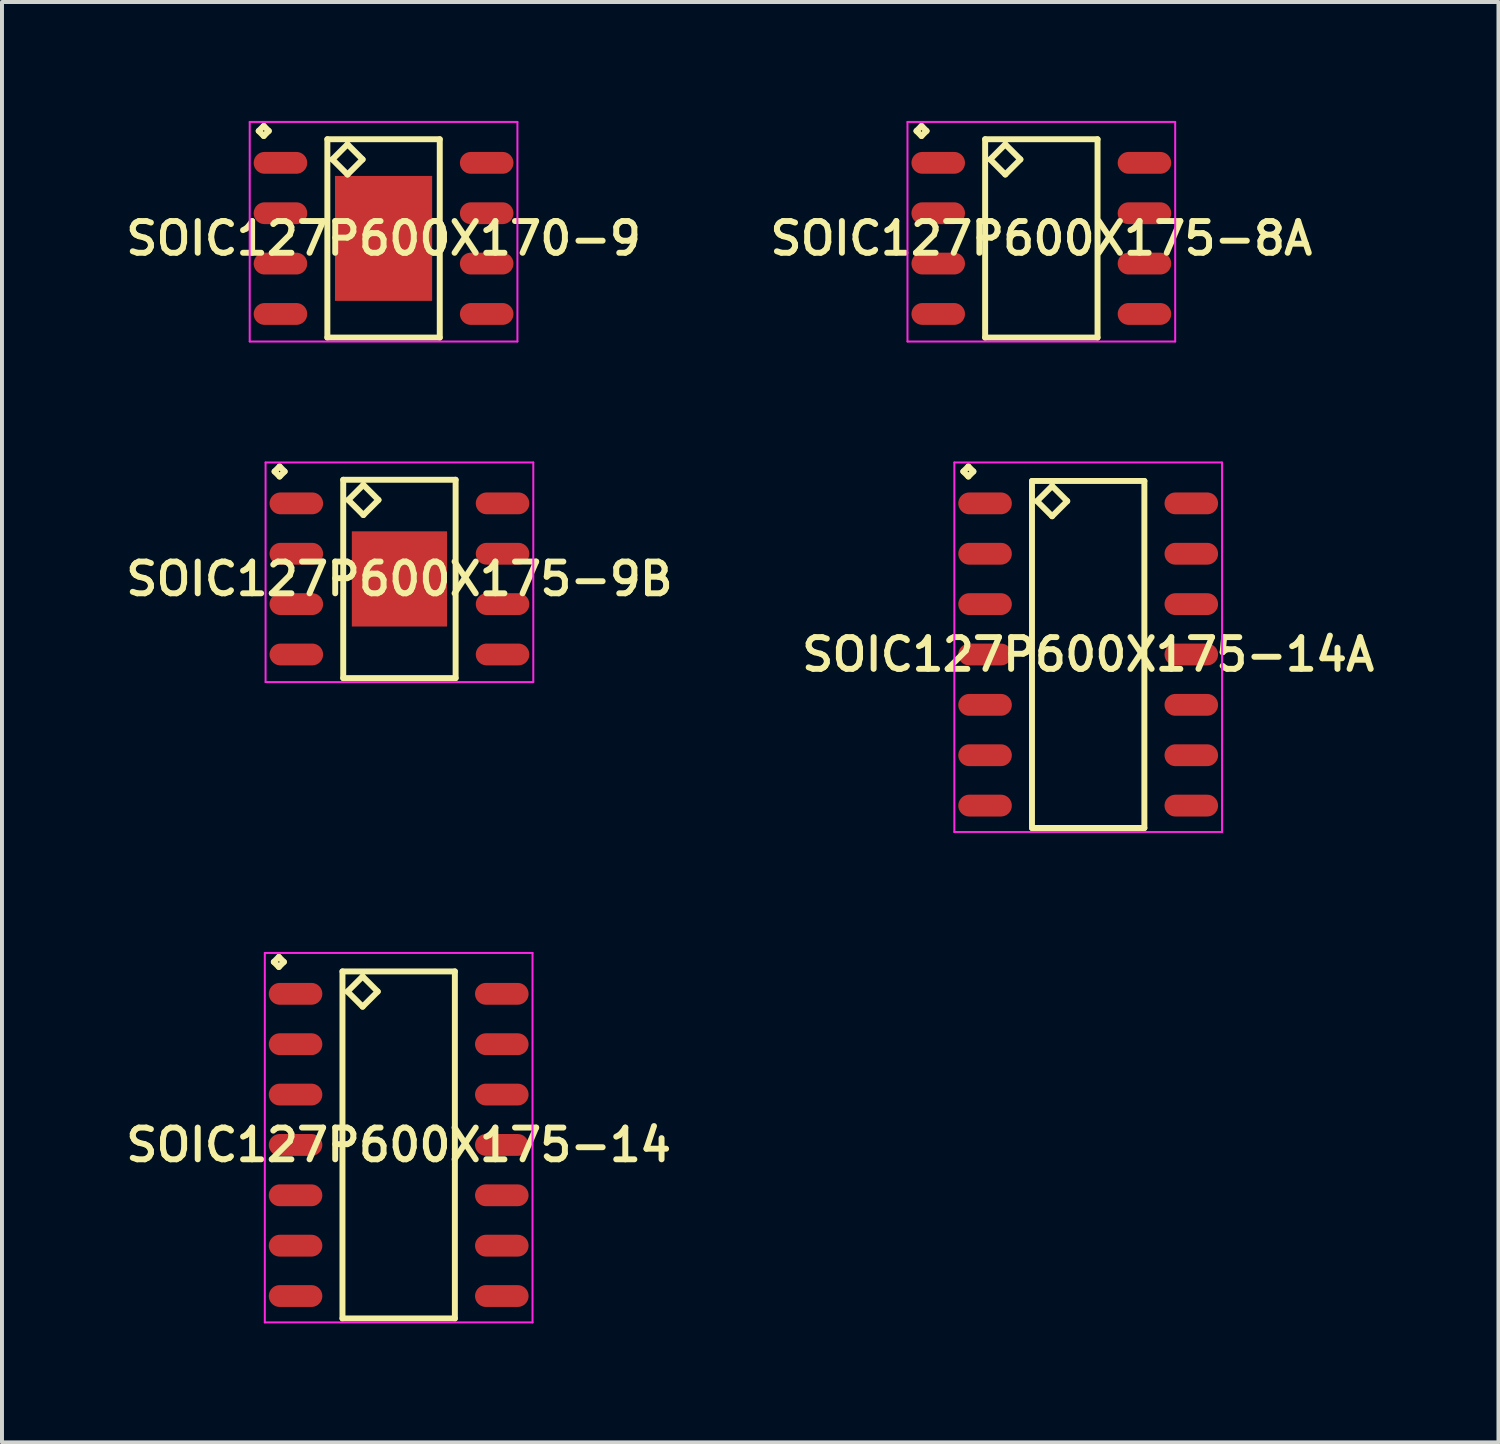
<source format=kicad_pcb>
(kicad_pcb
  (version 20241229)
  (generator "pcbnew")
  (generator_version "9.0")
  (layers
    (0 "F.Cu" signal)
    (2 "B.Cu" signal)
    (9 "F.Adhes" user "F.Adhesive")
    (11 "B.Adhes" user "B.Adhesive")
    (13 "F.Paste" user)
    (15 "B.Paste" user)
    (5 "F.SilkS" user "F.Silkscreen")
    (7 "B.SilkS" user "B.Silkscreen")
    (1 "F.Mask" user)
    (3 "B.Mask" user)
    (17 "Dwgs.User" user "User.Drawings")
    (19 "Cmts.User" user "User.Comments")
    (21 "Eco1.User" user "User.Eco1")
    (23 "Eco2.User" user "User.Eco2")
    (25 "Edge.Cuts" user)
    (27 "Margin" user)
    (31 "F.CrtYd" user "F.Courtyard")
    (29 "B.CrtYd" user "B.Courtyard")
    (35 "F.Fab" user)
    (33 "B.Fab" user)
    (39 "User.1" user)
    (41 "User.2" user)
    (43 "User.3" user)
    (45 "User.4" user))
  (footprint "SOIC127P600X175-8A"
    (layer "F.Cu")
    (at 23.206 2.961)
    (property "Reference" "SOIC127P600X175-8A" (at 0 0 0) (layer "F.SilkS") (effects (font (size 0.8 0.8) (thickness 0.15))))
    (attr smd)
    (fp_line (start -3.148 -2.709) (end -3.021 -2.836) (stroke (width 0.15) (type solid)) (layer "F.SilkS"))
    (fp_line (start -3.021 -2.836) (end -2.894 -2.709) (stroke (width 0.15) (type solid)) (layer "F.SilkS"))
    (fp_line (start -3.021 -2.582) (end -3.148 -2.709) (stroke (width 0.15) (type solid)) (layer "F.SilkS"))
    (fp_line (start -2.894 -2.709) (end -3.021 -2.582) (stroke (width 0.15) (type solid)) (layer "F.SilkS"))
    (fp_line (start -1.417 -2.5) (end -1.417 2.5) (stroke (width 0.15) (type solid)) (layer "F.SilkS"))
    (fp_line (start -1.417 2.5) (end 1.417 2.5) (stroke (width 0.15) (type solid)) (layer "F.SilkS"))
    (fp_line (start -1.29 -1.992) (end -0.909 -2.373) (stroke (width 0.15) (type solid)) (layer "F.SilkS"))
    (fp_line (start -0.909 -2.373) (end -0.528 -1.992) (stroke (width 0.15) (type solid)) (layer "F.SilkS"))
    (fp_line (start -0.909 -1.611) (end -1.29 -1.992) (stroke (width 0.15) (type solid)) (layer "F.SilkS"))
    (fp_line (start -0.528 -1.992) (end -0.909 -1.611) (stroke (width 0.15) (type solid)) (layer "F.SilkS"))
    (fp_line (start 1.417 -2.5) (end -1.417 -2.5) (stroke (width 0.15) (type solid)) (layer "F.SilkS"))
    (fp_line (start 1.417 2.5) (end 1.417 -2.5) (stroke (width 0.15) (type solid)) (layer "F.SilkS"))
    (fp_line (start -3.375 -2.936) (end 3.375 -2.936) (stroke (width 0.05) (type solid)) (layer "F.CrtYd"))
    (fp_line (start -3.375 2.6) (end -3.375 -2.936) (stroke (width 0.05) (type solid)) (layer "F.CrtYd"))
    (fp_line (start 3.375 -2.936) (end 3.375 2.6) (stroke (width 0.05) (type solid)) (layer "F.CrtYd"))
    (fp_line (start 3.375 2.6) (end -3.375 2.6) (stroke (width 0.05) (type solid)) (layer "F.CrtYd"))
    (pad "1" smd oval (at -2.6 -1.905) (size 1.35 0.55) (layers "F.Cu" "F.Mask" "F.Paste"))
    (pad "2" smd oval (at -2.6 -0.635) (size 1.35 0.55) (layers "F.Cu" "F.Mask" "F.Paste"))
    (pad "3" smd oval (at -2.6 0.635) (size 1.35 0.55) (layers "F.Cu" "F.Mask" "F.Paste"))
    (pad "4" smd oval (at -2.6 1.905) (size 1.35 0.55) (layers "F.Cu" "F.Mask" "F.Paste"))
    (pad "5" smd oval (at 2.6 1.905) (size 1.35 0.55) (layers "F.Cu" "F.Mask" "F.Paste"))
    (pad "6" smd oval (at 2.6 0.635) (size 1.35 0.55) (layers "F.Cu" "F.Mask" "F.Paste"))
    (pad "7" smd oval (at 2.6 -0.635) (size 1.35 0.55) (layers "F.Cu" "F.Mask" "F.Paste"))
    (pad "8" smd oval (at 2.6 -1.905) (size 1.35 0.55) (layers "F.Cu" "F.Mask" "F.Paste")))
  (footprint "SOIC127P600X175-14"
    (layer "F.Cu")
    (at 7.002 25.818)
    (property "Reference" "SOIC127P600X175-14" (at 0 0 0) (layer "F.SilkS") (effects (font (size 0.8 0.8) (thickness 0.15))))
    (attr smd)
    (fp_line (start -3.148 -4.614) (end -3.021 -4.741) (stroke (width 0.15) (type solid)) (layer "F.SilkS"))
    (fp_line (start -3.021 -4.741) (end -2.894 -4.614) (stroke (width 0.15) (type solid)) (layer "F.SilkS"))
    (fp_line (start -3.021 -4.487) (end -3.148 -4.614) (stroke (width 0.15) (type solid)) (layer "F.SilkS"))
    (fp_line (start -2.894 -4.614) (end -3.021 -4.487) (stroke (width 0.15) (type solid)) (layer "F.SilkS"))
    (fp_line (start -1.417 -4.375) (end -1.417 4.375) (stroke (width 0.15) (type solid)) (layer "F.SilkS"))
    (fp_line (start -1.417 4.375) (end 1.417 4.375) (stroke (width 0.15) (type solid)) (layer "F.SilkS"))
    (fp_line (start -1.29 -3.867) (end -0.909 -4.248) (stroke (width 0.15) (type solid)) (layer "F.SilkS"))
    (fp_line (start -0.909 -4.248) (end -0.528 -3.867) (stroke (width 0.15) (type solid)) (layer "F.SilkS"))
    (fp_line (start -0.909 -3.486) (end -1.29 -3.867) (stroke (width 0.15) (type solid)) (layer "F.SilkS"))
    (fp_line (start -0.528 -3.867) (end -0.909 -3.486) (stroke (width 0.15) (type solid)) (layer "F.SilkS"))
    (fp_line (start 1.417 -4.375) (end -1.417 -4.375) (stroke (width 0.15) (type solid)) (layer "F.SilkS"))
    (fp_line (start 1.417 4.375) (end 1.417 -4.375) (stroke (width 0.15) (type solid)) (layer "F.SilkS"))
    (fp_line (start -3.375 -4.841) (end 3.375 -4.841) (stroke (width 0.05) (type solid)) (layer "F.CrtYd"))
    (fp_line (start -3.375 4.475) (end -3.375 -4.841) (stroke (width 0.05) (type solid)) (layer "F.CrtYd"))
    (fp_line (start 3.375 -4.841) (end 3.375 4.475) (stroke (width 0.05) (type solid)) (layer "F.CrtYd"))
    (fp_line (start 3.375 4.475) (end -3.375 4.475) (stroke (width 0.05) (type solid)) (layer "F.CrtYd"))
    (pad "1" smd oval (at -2.6 -3.81) (size 1.35 0.55) (layers "F.Cu" "F.Mask" "F.Paste"))
    (pad "2" smd oval (at -2.6 -2.54) (size 1.35 0.55) (layers "F.Cu" "F.Mask" "F.Paste"))
    (pad "3" smd oval (at -2.6 -1.27) (size 1.35 0.55) (layers "F.Cu" "F.Mask" "F.Paste"))
    (pad "4" smd oval (at -2.6 0) (size 1.35 0.55) (layers "F.Cu" "F.Mask" "F.Paste"))
    (pad "5" smd oval (at -2.6 1.27) (size 1.35 0.55) (layers "F.Cu" "F.Mask" "F.Paste"))
    (pad "6" smd oval (at -2.6 2.54) (size 1.35 0.55) (layers "F.Cu" "F.Mask" "F.Paste"))
    (pad "7" smd oval (at -2.6 3.81) (size 1.35 0.55) (layers "F.Cu" "F.Mask" "F.Paste"))
    (pad "8" smd oval (at 2.6 3.81) (size 1.35 0.55) (layers "F.Cu" "F.Mask" "F.Paste"))
    (pad "9" smd oval (at 2.6 2.54) (size 1.35 0.55) (layers "F.Cu" "F.Mask" "F.Paste"))
    (pad "10" smd oval (at 2.6 1.27) (size 1.35 0.55) (layers "F.Cu" "F.Mask" "F.Paste"))
    (pad "11" smd oval (at 2.6 0) (size 1.35 0.55) (layers "F.Cu" "F.Mask" "F.Paste"))
    (pad "12" smd oval (at 2.6 -1.27) (size 1.35 0.55) (layers "F.Cu" "F.Mask" "F.Paste"))
    (pad "13" smd oval (at 2.6 -2.54) (size 1.35 0.55) (layers "F.Cu" "F.Mask" "F.Paste"))
    (pad "14" smd oval (at 2.6 -3.81) (size 1.35 0.55) (layers "F.Cu" "F.Mask" "F.Paste")))
  (footprint "SOIC127P600X170-9"
    (layer "F.Cu")
    (at 6.621 2.961)
    (property "Reference" "SOIC127P600X170-9" (at 0 0 0) (layer "F.SilkS") (effects (font (size 0.8 0.8) (thickness 0.15))))
    (attr smd)
    (fp_line (start -3.148 -2.709) (end -3.021 -2.836) (stroke (width 0.15) (type solid)) (layer "F.SilkS"))
    (fp_line (start -3.021 -2.836) (end -2.894 -2.709) (stroke (width 0.15) (type solid)) (layer "F.SilkS"))
    (fp_line (start -3.021 -2.582) (end -3.148 -2.709) (stroke (width 0.15) (type solid)) (layer "F.SilkS"))
    (fp_line (start -2.894 -2.709) (end -3.021 -2.582) (stroke (width 0.15) (type solid)) (layer "F.SilkS"))
    (fp_line (start -1.417 -2.5) (end -1.417 2.5) (stroke (width 0.15) (type solid)) (layer "F.SilkS"))
    (fp_line (start -1.417 2.5) (end 1.417 2.5) (stroke (width 0.15) (type solid)) (layer "F.SilkS"))
    (fp_line (start -1.29 -1.992) (end -0.909 -2.373) (stroke (width 0.15) (type solid)) (layer "F.SilkS"))
    (fp_line (start -0.909 -2.373) (end -0.528 -1.992) (stroke (width 0.15) (type solid)) (layer "F.SilkS"))
    (fp_line (start -0.909 -1.611) (end -1.29 -1.992) (stroke (width 0.15) (type solid)) (layer "F.SilkS"))
    (fp_line (start -0.528 -1.992) (end -0.909 -1.611) (stroke (width 0.15) (type solid)) (layer "F.SilkS"))
    (fp_line (start 1.417 -2.5) (end -1.417 -2.5) (stroke (width 0.15) (type solid)) (layer "F.SilkS"))
    (fp_line (start 1.417 2.5) (end 1.417 -2.5) (stroke (width 0.15) (type solid)) (layer "F.SilkS"))
    (fp_line (start -3.375 -2.936) (end 3.375 -2.936) (stroke (width 0.05) (type solid)) (layer "F.CrtYd"))
    (fp_line (start -3.375 2.6) (end -3.375 -2.936) (stroke (width 0.05) (type solid)) (layer "F.CrtYd"))
    (fp_line (start 3.375 -2.936) (end 3.375 2.6) (stroke (width 0.05) (type solid)) (layer "F.CrtYd"))
    (fp_line (start 3.375 2.6) (end -3.375 2.6) (stroke (width 0.05) (type solid)) (layer "F.CrtYd"))
    (pad "1" smd oval (at -2.6 -1.905) (size 1.35 0.55) (layers "F.Cu" "F.Mask" "F.Paste"))
    (pad "2" smd oval (at -2.6 -0.635) (size 1.35 0.55) (layers "F.Cu" "F.Mask" "F.Paste"))
    (pad "3" smd oval (at -2.6 0.635) (size 1.35 0.55) (layers "F.Cu" "F.Mask" "F.Paste"))
    (pad "4" smd oval (at -2.6 1.905) (size 1.35 0.55) (layers "F.Cu" "F.Mask" "F.Paste"))
    (pad "5" smd oval (at 2.6 1.905) (size 1.35 0.55) (layers "F.Cu" "F.Mask" "F.Paste"))
    (pad "6" smd oval (at 2.6 0.635) (size 1.35 0.55) (layers "F.Cu" "F.Mask" "F.Paste"))
    (pad "7" smd oval (at 2.6 -0.635) (size 1.35 0.55) (layers "F.Cu" "F.Mask" "F.Paste"))
    (pad "8" smd oval (at 2.6 -1.905) (size 1.35 0.55) (layers "F.Cu" "F.Mask" "F.Paste"))
    (pad "9" smd rect (at 0 0) (size 2.45 3.15) (layers "F.Cu" "F.Mask" "F.Paste")))
  (footprint "SOIC127P600X175-14A"
    (layer "F.Cu")
    (at 24.387 13.452)
    (property "Reference" "SOIC127P600X175-14A" (at 0 0 0) (layer "F.SilkS") (effects (font (size 0.8 0.8) (thickness 0.15))))
    (attr smd)
    (fp_line (start -3.148 -4.614) (end -3.021 -4.741) (stroke (width 0.15) (type solid)) (layer "F.SilkS"))
    (fp_line (start -3.021 -4.741) (end -2.894 -4.614) (stroke (width 0.15) (type solid)) (layer "F.SilkS"))
    (fp_line (start -3.021 -4.487) (end -3.148 -4.614) (stroke (width 0.15) (type solid)) (layer "F.SilkS"))
    (fp_line (start -2.894 -4.614) (end -3.021 -4.487) (stroke (width 0.15) (type solid)) (layer "F.SilkS"))
    (fp_line (start -1.417 -4.375) (end -1.417 4.375) (stroke (width 0.15) (type solid)) (layer "F.SilkS"))
    (fp_line (start -1.417 4.375) (end 1.417 4.375) (stroke (width 0.15) (type solid)) (layer "F.SilkS"))
    (fp_line (start -1.29 -3.867) (end -0.909 -4.248) (stroke (width 0.15) (type solid)) (layer "F.SilkS"))
    (fp_line (start -0.909 -4.248) (end -0.528 -3.867) (stroke (width 0.15) (type solid)) (layer "F.SilkS"))
    (fp_line (start -0.909 -3.486) (end -1.29 -3.867) (stroke (width 0.15) (type solid)) (layer "F.SilkS"))
    (fp_line (start -0.528 -3.867) (end -0.909 -3.486) (stroke (width 0.15) (type solid)) (layer "F.SilkS"))
    (fp_line (start 1.417 -4.375) (end -1.417 -4.375) (stroke (width 0.15) (type solid)) (layer "F.SilkS"))
    (fp_line (start 1.417 4.375) (end 1.417 -4.375) (stroke (width 0.15) (type solid)) (layer "F.SilkS"))
    (fp_line (start -3.375 -4.841) (end 3.375 -4.841) (stroke (width 0.05) (type solid)) (layer "F.CrtYd"))
    (fp_line (start -3.375 4.475) (end -3.375 -4.841) (stroke (width 0.05) (type solid)) (layer "F.CrtYd"))
    (fp_line (start 3.375 -4.841) (end 3.375 4.475) (stroke (width 0.05) (type solid)) (layer "F.CrtYd"))
    (fp_line (start 3.375 4.475) (end -3.375 4.475) (stroke (width 0.05) (type solid)) (layer "F.CrtYd"))
    (pad "1" smd oval (at -2.6 -3.81) (size 1.35 0.55) (layers "F.Cu" "F.Mask" "F.Paste"))
    (pad "2" smd oval (at -2.6 -2.54) (size 1.35 0.55) (layers "F.Cu" "F.Mask" "F.Paste"))
    (pad "3" smd oval (at -2.6 -1.27) (size 1.35 0.55) (layers "F.Cu" "F.Mask" "F.Paste"))
    (pad "4" smd oval (at -2.6 0) (size 1.35 0.55) (layers "F.Cu" "F.Mask" "F.Paste"))
    (pad "5" smd oval (at -2.6 1.27) (size 1.35 0.55) (layers "F.Cu" "F.Mask" "F.Paste"))
    (pad "6" smd oval (at -2.6 2.54) (size 1.35 0.55) (layers "F.Cu" "F.Mask" "F.Paste"))
    (pad "7" smd oval (at -2.6 3.81) (size 1.35 0.55) (layers "F.Cu" "F.Mask" "F.Paste"))
    (pad "8" smd oval (at 2.6 3.81) (size 1.35 0.55) (layers "F.Cu" "F.Mask" "F.Paste"))
    (pad "9" smd oval (at 2.6 2.54) (size 1.35 0.55) (layers "F.Cu" "F.Mask" "F.Paste"))
    (pad "10" smd oval (at 2.6 1.27) (size 1.35 0.55) (layers "F.Cu" "F.Mask" "F.Paste"))
    (pad "11" smd oval (at 2.6 0) (size 1.35 0.55) (layers "F.Cu" "F.Mask" "F.Paste"))
    (pad "12" smd oval (at 2.6 -1.27) (size 1.35 0.55) (layers "F.Cu" "F.Mask" "F.Paste"))
    (pad "13" smd oval (at 2.6 -2.54) (size 1.35 0.55) (layers "F.Cu" "F.Mask" "F.Paste"))
    (pad "14" smd oval (at 2.6 -3.81) (size 1.35 0.55) (layers "F.Cu" "F.Mask" "F.Paste")))
  (footprint "SOIC127P600X175-9B"
    (layer "F.Cu")
    (at 7.021 11.547)
    (property "Reference" "SOIC127P600X175-9B" (at 0 0 0) (layer "F.SilkS") (effects (font (size 0.8 0.8) (thickness 0.15))))
    (attr smd)
    (fp_line (start -3.148 -2.709) (end -3.021 -2.836) (stroke (width 0.15) (type solid)) (layer "F.SilkS"))
    (fp_line (start -3.021 -2.836) (end -2.894 -2.709) (stroke (width 0.15) (type solid)) (layer "F.SilkS"))
    (fp_line (start -3.021 -2.582) (end -3.148 -2.709) (stroke (width 0.15) (type solid)) (layer "F.SilkS"))
    (fp_line (start -2.894 -2.709) (end -3.021 -2.582) (stroke (width 0.15) (type solid)) (layer "F.SilkS"))
    (fp_line (start -1.417 -2.5) (end -1.417 2.5) (stroke (width 0.15) (type solid)) (layer "F.SilkS"))
    (fp_line (start -1.417 2.5) (end 1.417 2.5) (stroke (width 0.15) (type solid)) (layer "F.SilkS"))
    (fp_line (start -1.29 -1.992) (end -0.909 -2.373) (stroke (width 0.15) (type solid)) (layer "F.SilkS"))
    (fp_line (start -0.909 -2.373) (end -0.528 -1.992) (stroke (width 0.15) (type solid)) (layer "F.SilkS"))
    (fp_line (start -0.909 -1.611) (end -1.29 -1.992) (stroke (width 0.15) (type solid)) (layer "F.SilkS"))
    (fp_line (start -0.528 -1.992) (end -0.909 -1.611) (stroke (width 0.15) (type solid)) (layer "F.SilkS"))
    (fp_line (start 1.417 -2.5) (end -1.417 -2.5) (stroke (width 0.15) (type solid)) (layer "F.SilkS"))
    (fp_line (start 1.417 2.5) (end 1.417 -2.5) (stroke (width 0.15) (type solid)) (layer "F.SilkS"))
    (fp_line (start -3.375 -2.936) (end 3.375 -2.936) (stroke (width 0.05) (type solid)) (layer "F.CrtYd"))
    (fp_line (start -3.375 2.6) (end -3.375 -2.936) (stroke (width 0.05) (type solid)) (layer "F.CrtYd"))
    (fp_line (start 3.375 -2.936) (end 3.375 2.6) (stroke (width 0.05) (type solid)) (layer "F.CrtYd"))
    (fp_line (start 3.375 2.6) (end -3.375 2.6) (stroke (width 0.05) (type solid)) (layer "F.CrtYd"))
    (pad "1" smd oval (at -2.6 -1.905) (size 1.35 0.55) (layers "F.Cu" "F.Mask" "F.Paste"))
    (pad "2" smd oval (at -2.6 -0.635) (size 1.35 0.55) (layers "F.Cu" "F.Mask" "F.Paste"))
    (pad "3" smd oval (at -2.6 0.635) (size 1.35 0.55) (layers "F.Cu" "F.Mask" "F.Paste"))
    (pad "4" smd oval (at -2.6 1.905) (size 1.35 0.55) (layers "F.Cu" "F.Mask" "F.Paste"))
    (pad "5" smd oval (at 2.6 1.905) (size 1.35 0.55) (layers "F.Cu" "F.Mask" "F.Paste"))
    (pad "6" smd oval (at 2.6 0.635) (size 1.35 0.55) (layers "F.Cu" "F.Mask" "F.Paste"))
    (pad "7" smd oval (at 2.6 -0.635) (size 1.35 0.55) (layers "F.Cu" "F.Mask" "F.Paste"))
    (pad "8" smd oval (at 2.6 -1.905) (size 1.35 0.55) (layers "F.Cu" "F.Mask" "F.Paste"))
    (pad "9" smd rect (at 0 0) (size 2.4 2.4) (layers "F.Cu" "F.Mask" "F.Paste")))
  (gr_rect
    (start -3 -3)
    (end 34.732 33.318)
    (stroke (width 0.1) (type default))
    (fill no)
    (layer "Edge.Cuts")))
</source>
